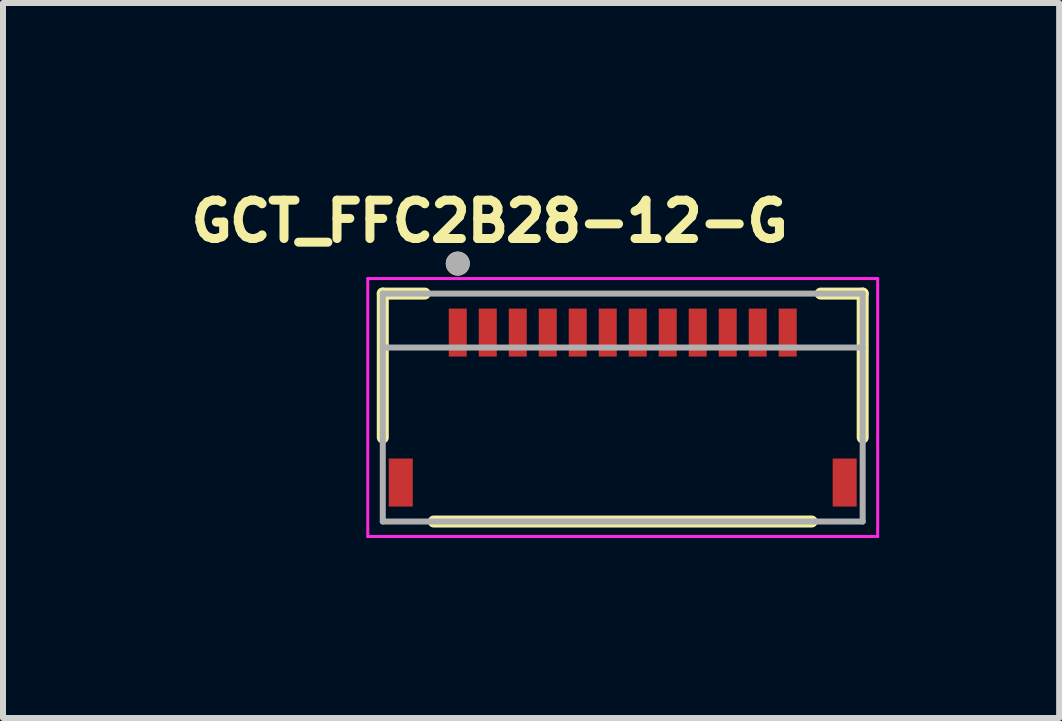
<source format=kicad_pcb>
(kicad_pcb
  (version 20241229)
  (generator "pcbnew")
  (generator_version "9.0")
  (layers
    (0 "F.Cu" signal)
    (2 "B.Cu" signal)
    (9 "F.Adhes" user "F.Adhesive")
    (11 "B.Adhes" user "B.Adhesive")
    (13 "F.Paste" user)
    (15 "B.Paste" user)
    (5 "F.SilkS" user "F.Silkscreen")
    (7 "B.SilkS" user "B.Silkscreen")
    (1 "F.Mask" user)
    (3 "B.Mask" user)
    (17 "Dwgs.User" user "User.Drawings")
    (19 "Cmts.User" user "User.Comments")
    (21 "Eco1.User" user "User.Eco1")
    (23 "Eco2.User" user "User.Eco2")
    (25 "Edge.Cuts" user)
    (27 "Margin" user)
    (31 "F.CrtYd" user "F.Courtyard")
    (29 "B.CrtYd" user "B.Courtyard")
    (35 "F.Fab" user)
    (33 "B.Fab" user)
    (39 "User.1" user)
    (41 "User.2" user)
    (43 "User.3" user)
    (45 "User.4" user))
  (footprint "GCT_FFC2B28-12-G"
    (layer "F.Cu")
    (at 7.331 3.744)
    (property "Reference" "GCT_FFC2B28-12-G" (at -2.218 -3.106 0) (layer "F.SilkS") (effects (font (size 0.64 0.64) (thickness 0.15))))
    (attr smd)
    (fp_line (start -4 -1.9) (end -3.3 -1.9) (stroke (width 0.2) (type solid)) (layer "F.SilkS"))
    (fp_line (start -4 0.5) (end -4 -1.9) (stroke (width 0.2) (type solid)) (layer "F.SilkS"))
    (fp_line (start -3.15 1.9) (end 3.15 1.9) (stroke (width 0.2) (type solid)) (layer "F.SilkS"))
    (fp_line (start 3.3 -1.9) (end 4 -1.9) (stroke (width 0.2) (type solid)) (layer "F.SilkS"))
    (fp_line (start 4 -1.9) (end 4 0.5) (stroke (width 0.2) (type solid)) (layer "F.SilkS"))
    (fp_circle (center -2.75 -2.4) (end -2.65 -2.4) (stroke (width 0.2) (type solid)) (fill no) (layer "F.SilkS"))
    (fp_line (start -4.25 -2.15) (end -4.25 2.15) (stroke (width 0.05) (type solid)) (layer "F.CrtYd"))
    (fp_line (start -4.25 2.15) (end 4.25 2.15) (stroke (width 0.05) (type solid)) (layer "F.CrtYd"))
    (fp_line (start 4.25 -2.15) (end -4.25 -2.15) (stroke (width 0.05) (type solid)) (layer "F.CrtYd"))
    (fp_line (start 4.25 2.15) (end 4.25 -2.15) (stroke (width 0.05) (type solid)) (layer "F.CrtYd"))
    (fp_line (start -4 -1.9) (end 4 -1.9) (stroke (width 0.1) (type solid)) (layer "F.Fab"))
    (fp_line (start -4 -1) (end -4 -1.9) (stroke (width 0.1) (type solid)) (layer "F.Fab"))
    (fp_line (start -4 -1) (end 4 -1) (stroke (width 0.1) (type solid)) (layer "F.Fab"))
    (fp_line (start -4 1.9) (end -4 -1) (stroke (width 0.1) (type solid)) (layer "F.Fab"))
    (fp_line (start 4 -1.9) (end 4 -1) (stroke (width 0.1) (type solid)) (layer "F.Fab"))
    (fp_line (start 4 -1) (end 4 1.9) (stroke (width 0.1) (type solid)) (layer "F.Fab"))
    (fp_line (start 4 1.9) (end -4 1.9) (stroke (width 0.1) (type solid)) (layer "F.Fab"))
    (fp_circle (center -2.75 -2.4) (end -2.65 -2.4) (stroke (width 0.2) (type solid)) (fill no) (layer "F.Fab"))
    (pad "1" smd rect (at -2.75 -1.25) (size 0.3 0.8) (layers "F.Cu" "F.Mask" "F.Paste"))
    (pad "2" smd rect (at -2.25 -1.25) (size 0.3 0.8) (layers "F.Cu" "F.Mask" "F.Paste"))
    (pad "3" smd rect (at -1.75 -1.25) (size 0.3 0.8) (layers "F.Cu" "F.Mask" "F.Paste"))
    (pad "4" smd rect (at -1.25 -1.25) (size 0.3 0.8) (layers "F.Cu" "F.Mask" "F.Paste"))
    (pad "5" smd rect (at -0.75 -1.25) (size 0.3 0.8) (layers "F.Cu" "F.Mask" "F.Paste"))
    (pad "6" smd rect (at -0.25 -1.25) (size 0.3 0.8) (layers "F.Cu" "F.Mask" "F.Paste"))
    (pad "7" smd rect (at 0.25 -1.25) (size 0.3 0.8) (layers "F.Cu" "F.Mask" "F.Paste"))
    (pad "8" smd rect (at 0.75 -1.25) (size 0.3 0.8) (layers "F.Cu" "F.Mask" "F.Paste"))
    (pad "9" smd rect (at 1.25 -1.25) (size 0.3 0.8) (layers "F.Cu" "F.Mask" "F.Paste"))
    (pad "10" smd rect (at 1.75 -1.25) (size 0.3 0.8) (layers "F.Cu" "F.Mask" "F.Paste"))
    (pad "11" smd rect (at 2.25 -1.25) (size 0.3 0.8) (layers "F.Cu" "F.Mask" "F.Paste"))
    (pad "12" smd rect (at 2.75 -1.25) (size 0.3 0.8) (layers "F.Cu" "F.Mask" "F.Paste"))
    (pad "S1" smd rect (at -3.7 1.25) (size 0.4 0.8) (layers "F.Cu" "F.Mask" "F.Paste"))
    (pad "S2" smd rect (at 3.7 1.25) (size 0.4 0.8) (layers "F.Cu" "F.Mask" "F.Paste")))
  (gr_rect
    (start -3 -3)
    (end 14.606 8.919)
    (stroke (width 0.1) (type default))
    (fill no)
    (layer "Edge.Cuts")))
</source>
